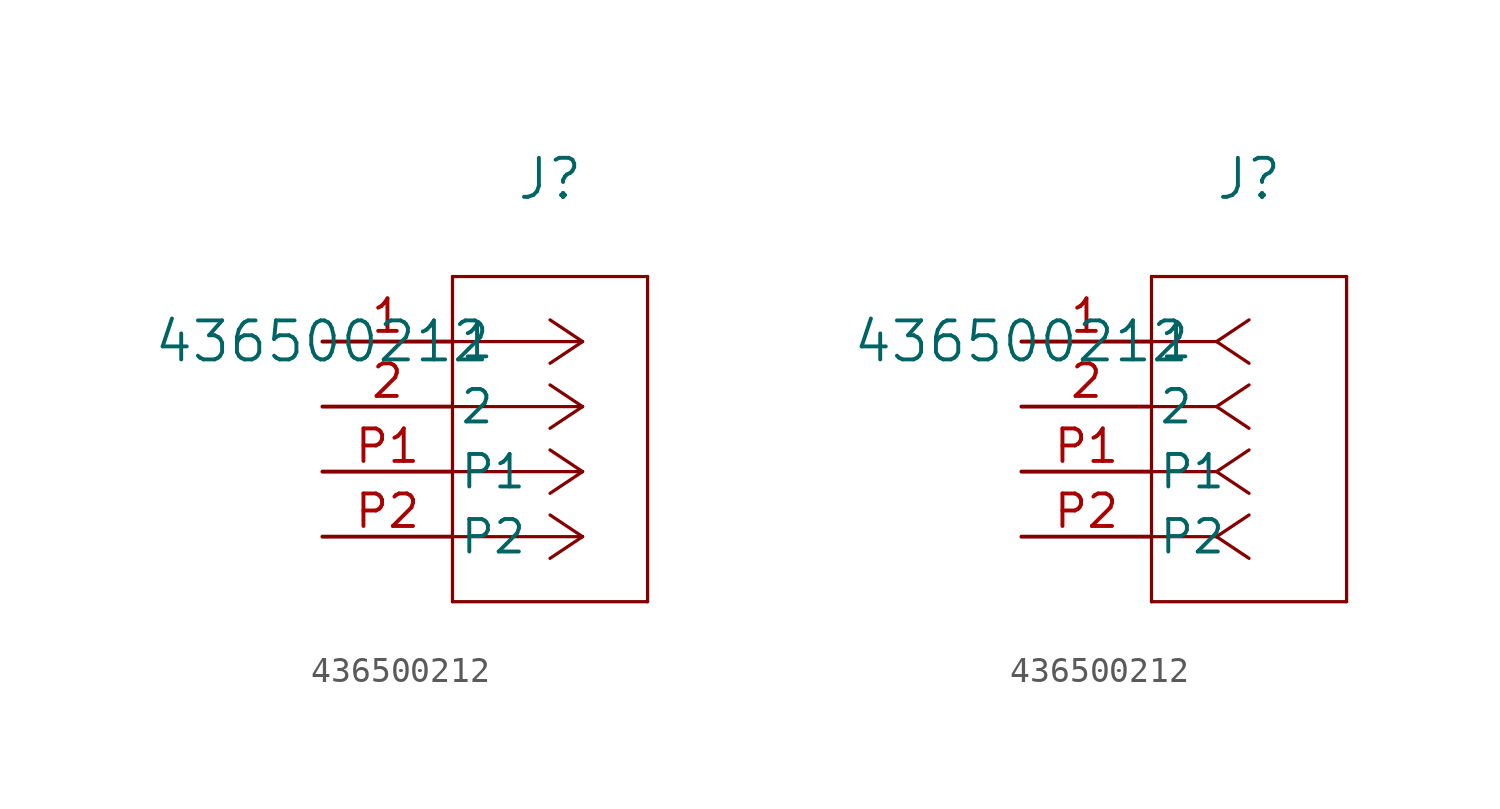
<source format=kicad_sym>
(kicad_symbol_lib
  (version 20211014)
  (generator kicad_symbol_editor)
  (symbol "436500212"
    (pin_names
      (offset 0.254))
    (property "Reference" "J"
      (at 8.89 6.35 0)
      (effects (font (size 1.524 1.524))))
    (property "Value" "436500212"
      (at 0 0 0)
      (effects (font (size 1.524 1.524))))
    (symbol "436500212_1_1"
      (polyline (pts (xy 10.16 0) (xy 5.08 0)) (stroke (width 0.127) (type default) (color 0 0 0 0)) (fill (type none)))
      (polyline (pts (xy 10.16 -2.54) (xy 5.08 -2.54)) (stroke (width 0.127) (type default) (color 0 0 0 0)) (fill (type none)))
      (polyline (pts (xy 10.16 -5.08) (xy 5.08 -5.08)) (stroke (width 0.127) (type default) (color 0 0 0 0)) (fill (type none)))
      (polyline (pts (xy 10.16 -7.62) (xy 5.08 -7.62)) (stroke (width 0.127) (type default) (color 0 0 0 0)) (fill (type none)))
      (polyline (pts (xy 10.16 0) (xy 8.89 0.847)) (stroke (width 0.127) (type default) (color 0 0 0 0)) (fill (type none)))
      (polyline (pts (xy 10.16 -2.54) (xy 8.89 -1.693)) (stroke (width 0.127) (type default) (color 0 0 0 0)) (fill (type none)))
      (polyline (pts (xy 10.16 -5.08) (xy 8.89 -4.233)) (stroke (width 0.127) (type default) (color 0 0 0 0)) (fill (type none)))
      (polyline (pts (xy 10.16 -7.62) (xy 8.89 -6.773)) (stroke (width 0.127) (type default) (color 0 0 0 0)) (fill (type none)))
      (polyline (pts (xy 10.16 0) (xy 8.89 -0.847)) (stroke (width 0.127) (type default) (color 0 0 0 0)) (fill (type none)))
      (polyline (pts (xy 10.16 -2.54) (xy 8.89 -3.387)) (stroke (width 0.127) (type default) (color 0 0 0 0)) (fill (type none)))
      (polyline (pts (xy 10.16 -5.08) (xy 8.89 -5.927)) (stroke (width 0.127) (type default) (color 0 0 0 0)) (fill (type none)))
      (polyline (pts (xy 10.16 -7.62) (xy 8.89 -8.467)) (stroke (width 0.127) (type default) (color 0 0 0 0)) (fill (type none)))
      (polyline (pts (xy 5.08 2.54) (xy 5.08 -10.16)) (stroke (width 0.127) (type default) (color 0 0 0 0)) (fill (type none)))
      (polyline (pts (xy 5.08 -10.16) (xy 12.7 -10.16)) (stroke (width 0.127) (type default) (color 0 0 0 0)) (fill (type none)))
      (polyline (pts (xy 12.7 -10.16) (xy 12.7 2.54)) (stroke (width 0.127) (type default) (color 0 0 0 0)) (fill (type none)))
      (polyline (pts (xy 12.7 2.54) (xy 5.08 2.54)) (stroke (width 0.127) (type default) (color 0 0 0 0)) (fill (type none)))
      (pin unspecified line (at 0 0 0) (length 5.08) (name "1" (effects (font (size 1.27 1.27)))) (number "1" (effects (font (size 1.27 1.27)))))
      (pin unspecified line (at 0 -2.54 0) (length 5.08) (name "2" (effects (font (size 1.27 1.27)))) (number "2" (effects (font (size 1.27 1.27)))))
      (pin unspecified line (at 0 -5.08 0) (length 5.08) (name "P1" (effects (font (size 1.27 1.27)))) (number "P1" (effects (font (size 1.27 1.27)))))
      (pin unspecified line (at 0 -7.62 0) (length 5.08) (name "P2" (effects (font (size 1.27 1.27)))) (number "P2" (effects (font (size 1.27 1.27))))))
    (symbol "436500212_1_2"
      (polyline (pts (xy 7.62 0) (xy 5.08 0)) (stroke (width 0.127) (type default) (color 0 0 0 0)) (fill (type none)))
      (polyline (pts (xy 7.62 -2.54) (xy 5.08 -2.54)) (stroke (width 0.127) (type default) (color 0 0 0 0)) (fill (type none)))
      (polyline (pts (xy 7.62 -5.08) (xy 5.08 -5.08)) (stroke (width 0.127) (type default) (color 0 0 0 0)) (fill (type none)))
      (polyline (pts (xy 7.62 -7.62) (xy 5.08 -7.62)) (stroke (width 0.127) (type default) (color 0 0 0 0)) (fill (type none)))
      (polyline (pts (xy 7.62 0) (xy 8.89 0.847)) (stroke (width 0.127) (type default) (color 0 0 0 0)) (fill (type none)))
      (polyline (pts (xy 7.62 -2.54) (xy 8.89 -1.693)) (stroke (width 0.127) (type default) (color 0 0 0 0)) (fill (type none)))
      (polyline (pts (xy 7.62 -5.08) (xy 8.89 -4.233)) (stroke (width 0.127) (type default) (color 0 0 0 0)) (fill (type none)))
      (polyline (pts (xy 7.62 -7.62) (xy 8.89 -6.773)) (stroke (width 0.127) (type default) (color 0 0 0 0)) (fill (type none)))
      (polyline (pts (xy 7.62 0) (xy 8.89 -0.847)) (stroke (width 0.127) (type default) (color 0 0 0 0)) (fill (type none)))
      (polyline (pts (xy 7.62 -2.54) (xy 8.89 -3.387)) (stroke (width 0.127) (type default) (color 0 0 0 0)) (fill (type none)))
      (polyline (pts (xy 7.62 -5.08) (xy 8.89 -5.927)) (stroke (width 0.127) (type default) (color 0 0 0 0)) (fill (type none)))
      (polyline (pts (xy 7.62 -7.62) (xy 8.89 -8.467)) (stroke (width 0.127) (type default) (color 0 0 0 0)) (fill (type none)))
      (polyline (pts (xy 5.08 2.54) (xy 5.08 -10.16)) (stroke (width 0.127) (type default) (color 0 0 0 0)) (fill (type none)))
      (polyline (pts (xy 5.08 -10.16) (xy 12.7 -10.16)) (stroke (width 0.127) (type default) (color 0 0 0 0)) (fill (type none)))
      (polyline (pts (xy 12.7 -10.16) (xy 12.7 2.54)) (stroke (width 0.127) (type default) (color 0 0 0 0)) (fill (type none)))
      (polyline (pts (xy 12.7 2.54) (xy 5.08 2.54)) (stroke (width 0.127) (type default) (color 0 0 0 0)) (fill (type none)))
      (pin unspecified line (at 0 0 0) (length 5.08) (name "1" (effects (font (size 1.27 1.27)))) (number "1" (effects (font (size 1.27 1.27)))))
      (pin unspecified line (at 0 -2.54 0) (length 5.08) (name "2" (effects (font (size 1.27 1.27)))) (number "2" (effects (font (size 1.27 1.27)))))
      (pin unspecified line (at 0 -5.08 0) (length 5.08) (name "P1" (effects (font (size 1.27 1.27)))) (number "P1" (effects (font (size 1.27 1.27)))))
      (pin unspecified line (at 0 -7.62 0) (length 5.08) (name "P2" (effects (font (size 1.27 1.27)))) (number "P2" (effects (font (size 1.27 1.27))))))))
</source>
